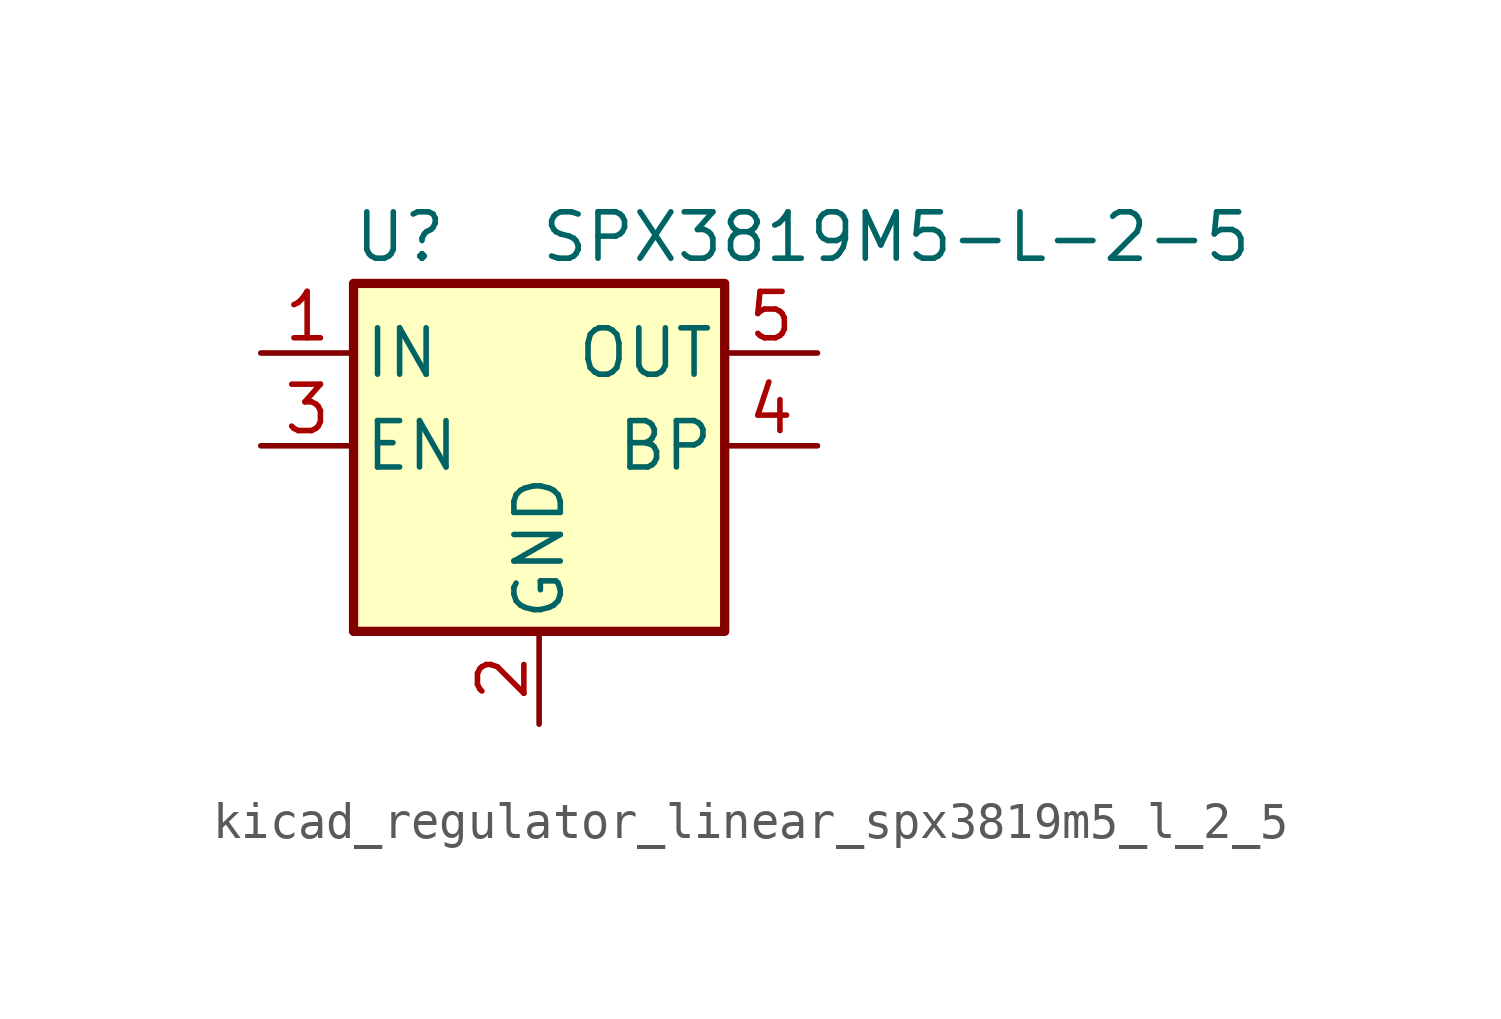
<source format=kicad_sym>
(kicad_symbol_lib
  (version 20220914)
  (generator kicad_symbol_editor)
  (symbol "kicad_regulator_linear_spx3819m5_l_2_5"
    (pin_names
      (offset 0.254))
    (property "Reference" "U"
      (at -3.81 5.715 0)
      (effects (font (size 1.27 1.27))))
    (property "Value" "SPX3819M5-L-2-5"
      (at 0 5.715 0)
      (effects (font (size 1.27 1.27)) (justify left)))
    (symbol "kicad_regulator_linear_spx3819m5_l_2_5_0_1"
      (rectangle (start -5.08 4.445) (end 5.08 -5.08) (stroke (width 0.254) (type default)) (fill (type background))))
    (symbol "kicad_regulator_linear_spx3819m5_l_2_5_1_1"
      (pin power_in line (at -7.62 2.54 0) (length 2.54) (name "IN" (effects (font (size 1.27 1.27)))) (number "1" (effects (font (size 1.27 1.27)))))
      (pin power_in line (at 0 -7.62 90) (length 2.54) (name "GND" (effects (font (size 1.27 1.27)))) (number "2" (effects (font (size 1.27 1.27)))))
      (pin input line (at -7.62 0 0) (length 2.54) (name "EN" (effects (font (size 1.27 1.27)))) (number "3" (effects (font (size 1.27 1.27)))))
      (pin input line (at 7.62 0 180) (length 2.54) (name "BP" (effects (font (size 1.27 1.27)))) (number "4" (effects (font (size 1.27 1.27)))))
      (pin power_out line (at 7.62 2.54 180) (length 2.54) (name "OUT" (effects (font (size 1.27 1.27)))) (number "5" (effects (font (size 1.27 1.27))))))))
</source>
